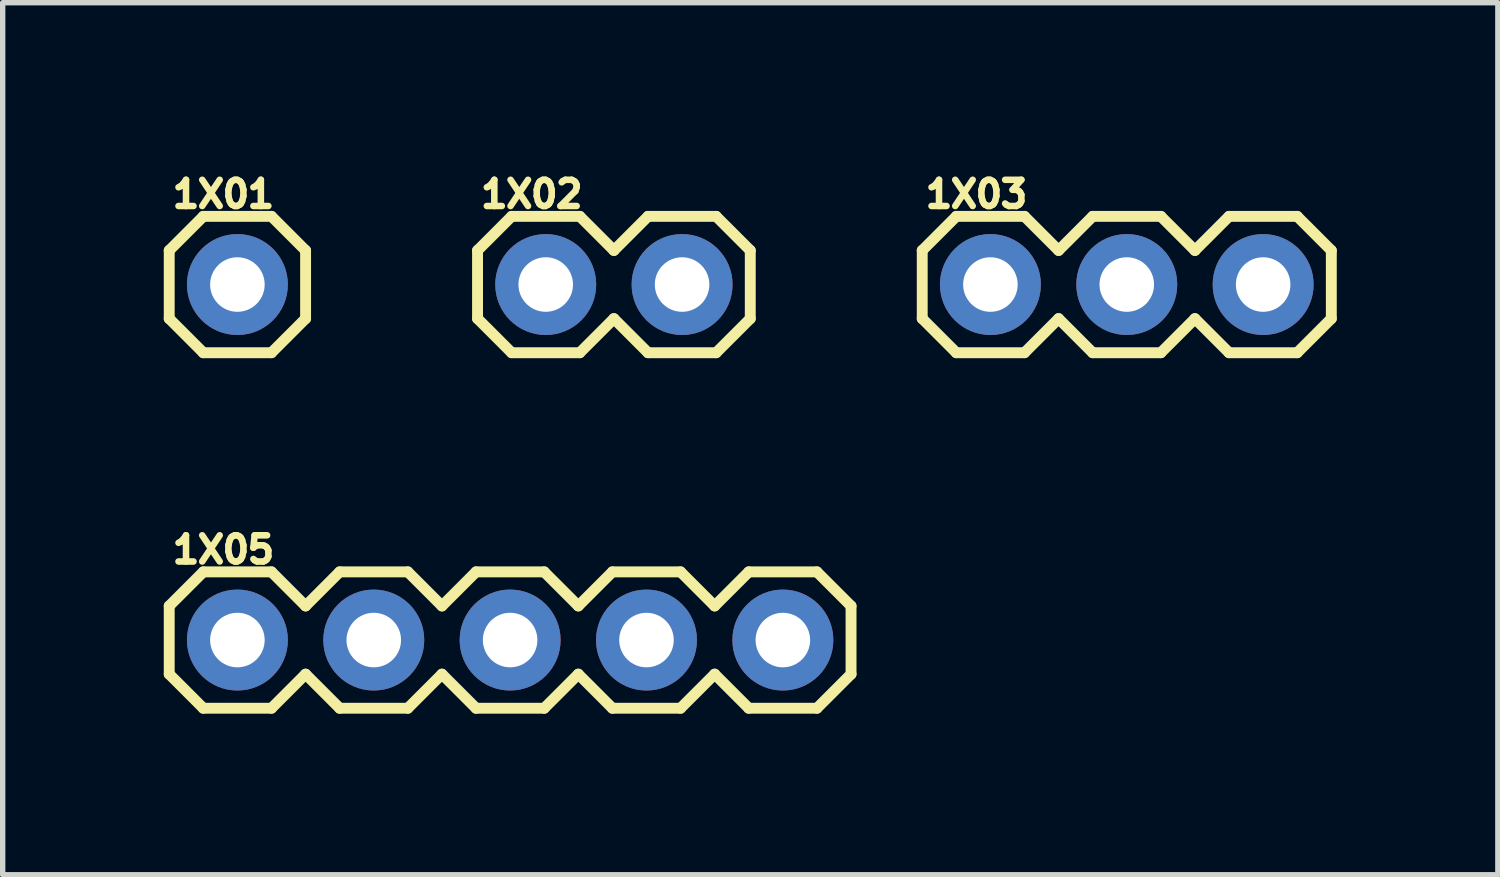
<source format=kicad_pcb>
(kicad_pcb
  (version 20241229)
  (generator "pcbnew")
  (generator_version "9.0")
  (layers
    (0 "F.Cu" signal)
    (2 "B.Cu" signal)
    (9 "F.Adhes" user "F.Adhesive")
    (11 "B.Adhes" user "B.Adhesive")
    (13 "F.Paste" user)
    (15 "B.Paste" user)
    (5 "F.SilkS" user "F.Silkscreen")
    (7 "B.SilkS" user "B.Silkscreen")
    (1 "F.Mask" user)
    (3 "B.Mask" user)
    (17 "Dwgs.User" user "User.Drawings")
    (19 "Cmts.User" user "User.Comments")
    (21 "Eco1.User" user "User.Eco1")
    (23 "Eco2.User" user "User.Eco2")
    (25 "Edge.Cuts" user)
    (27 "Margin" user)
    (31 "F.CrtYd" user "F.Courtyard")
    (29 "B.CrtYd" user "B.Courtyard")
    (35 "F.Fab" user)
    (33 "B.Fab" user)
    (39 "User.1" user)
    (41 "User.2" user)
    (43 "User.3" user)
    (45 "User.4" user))
  (footprint "1X01"
    (layer "F.Cu")
    (at 1.372 2.25)
    (property "Reference" "1X01" (at -1.27 -1.397 0) (layer "F.SilkS") (effects (font (size 0.488 0.488) (thickness 0.122)) (justify left bottom)))
    (fp_line (start -1.27 -0.635) (end -1.27 0.635) (stroke (width 0.203) (type solid)) (layer "F.SilkS"))
    (fp_line (start -1.27 0.635) (end -0.635 1.27) (stroke (width 0.203) (type solid)) (layer "F.SilkS"))
    (fp_line (start -0.635 -1.27) (end -1.27 -0.635) (stroke (width 0.203) (type solid)) (layer "F.SilkS"))
    (fp_line (start -0.635 1.27) (end 0.635 1.27) (stroke (width 0.203) (type solid)) (layer "F.SilkS"))
    (fp_line (start 0.635 -1.27) (end -0.635 -1.27) (stroke (width 0.203) (type solid)) (layer "F.SilkS"))
    (fp_line (start 0.635 1.27) (end 1.27 0.635) (stroke (width 0.203) (type solid)) (layer "F.SilkS"))
    (fp_line (start 1.27 -0.635) (end 0.635 -1.27) (stroke (width 0.203) (type solid)) (layer "F.SilkS"))
    (fp_line (start 1.27 0.635) (end 1.27 -0.635) (stroke (width 0.203) (type solid)) (layer "F.SilkS"))
    (fp_poly (pts (xy -0.254 0.254) (xy 0.254 0.254) (xy 0.254 -0.254) (xy -0.254 -0.254)) (stroke (width 0.1) (type solid)) (fill no) (layer "F.Fab"))
    (pad "1" thru_hole circle (at 0 0 90) (size 1.88 1.88) (drill 1.016) (layers "*.Cu" "*.Mask")))
  (footprint "1X03"
    (layer "F.Cu")
    (at 15.398 2.25)
    (property "Reference" "1X03" (at -1.27 -1.397 0) (layer "F.SilkS") (effects (font (size 0.488 0.488) (thickness 0.122)) (justify left bottom)))
    (fp_line (start -1.27 -0.635) (end -1.27 0.635) (stroke (width 0.203) (type solid)) (layer "F.SilkS"))
    (fp_line (start -1.27 0.635) (end -0.635 1.27) (stroke (width 0.203) (type solid)) (layer "F.SilkS"))
    (fp_line (start -0.635 -1.27) (end -1.27 -0.635) (stroke (width 0.203) (type solid)) (layer "F.SilkS"))
    (fp_line (start -0.635 -1.27) (end 0.635 -1.27) (stroke (width 0.203) (type solid)) (layer "F.SilkS"))
    (fp_line (start 0.635 -1.27) (end 1.27 -0.635) (stroke (width 0.203) (type solid)) (layer "F.SilkS"))
    (fp_line (start 0.635 1.27) (end -0.635 1.27) (stroke (width 0.203) (type solid)) (layer "F.SilkS"))
    (fp_line (start 1.27 -0.635) (end 1.905 -1.27) (stroke (width 0.203) (type solid)) (layer "F.SilkS"))
    (fp_line (start 1.27 0.635) (end 0.635 1.27) (stroke (width 0.203) (type solid)) (layer "F.SilkS"))
    (fp_line (start 1.905 -1.27) (end 3.175 -1.27) (stroke (width 0.203) (type solid)) (layer "F.SilkS"))
    (fp_line (start 1.905 1.27) (end 1.27 0.635) (stroke (width 0.203) (type solid)) (layer "F.SilkS"))
    (fp_line (start 3.175 -1.27) (end 3.81 -0.635) (stroke (width 0.203) (type solid)) (layer "F.SilkS"))
    (fp_line (start 3.175 1.27) (end 1.905 1.27) (stroke (width 0.203) (type solid)) (layer "F.SilkS"))
    (fp_line (start 3.81 -0.635) (end 4.445 -1.27) (stroke (width 0.203) (type solid)) (layer "F.SilkS"))
    (fp_line (start 3.81 0.635) (end 3.175 1.27) (stroke (width 0.203) (type solid)) (layer "F.SilkS"))
    (fp_line (start 4.445 -1.27) (end 5.715 -1.27) (stroke (width 0.203) (type solid)) (layer "F.SilkS"))
    (fp_line (start 4.445 1.27) (end 3.81 0.635) (stroke (width 0.203) (type solid)) (layer "F.SilkS"))
    (fp_line (start 5.715 -1.27) (end 6.35 -0.635) (stroke (width 0.203) (type solid)) (layer "F.SilkS"))
    (fp_line (start 5.715 1.27) (end 4.445 1.27) (stroke (width 0.203) (type solid)) (layer "F.SilkS"))
    (fp_line (start 6.35 -0.635) (end 6.35 0.635) (stroke (width 0.203) (type solid)) (layer "F.SilkS"))
    (fp_line (start 6.35 0.635) (end 5.715 1.27) (stroke (width 0.203) (type solid)) (layer "F.SilkS"))
    (fp_poly (pts (xy -0.254 0.254) (xy 0.254 0.254) (xy 0.254 -0.254) (xy -0.254 -0.254)) (stroke (width 0.1) (type solid)) (fill no) (layer "F.Fab"))
    (fp_poly (pts (xy 2.286 0.254) (xy 2.794 0.254) (xy 2.794 -0.254) (xy 2.286 -0.254)) (stroke (width 0.1) (type solid)) (fill no) (layer "F.Fab"))
    (fp_poly (pts (xy 4.826 0.254) (xy 5.334 0.254) (xy 5.334 -0.254) (xy 4.826 -0.254)) (stroke (width 0.1) (type solid)) (fill no) (layer "F.Fab"))
    (pad "1" thru_hole circle (at 0 0 90) (size 1.88 1.88) (drill 1.016) (layers "*.Cu" "*.Mask"))
    (pad "2" thru_hole circle (at 2.54 0 90) (size 1.88 1.88) (drill 1.016) (layers "*.Cu" "*.Mask"))
    (pad "3" thru_hole circle (at 5.08 0 90) (size 1.88 1.88) (drill 1.016) (layers "*.Cu" "*.Mask")))
  (footprint "1X05"
    (layer "F.Cu")
    (at 1.372 8.872)
    (property "Reference" "1X05" (at -1.27 -1.397 0) (layer "F.SilkS") (effects (font (size 0.488 0.488) (thickness 0.122)) (justify left bottom)))
    (fp_line (start -1.27 -0.635) (end -1.27 0.635) (stroke (width 0.203) (type solid)) (layer "F.SilkS"))
    (fp_line (start -1.27 0.635) (end -0.635 1.27) (stroke (width 0.203) (type solid)) (layer "F.SilkS"))
    (fp_line (start -0.635 -1.27) (end -1.27 -0.635) (stroke (width 0.203) (type solid)) (layer "F.SilkS"))
    (fp_line (start -0.635 -1.27) (end 0.635 -1.27) (stroke (width 0.203) (type solid)) (layer "F.SilkS"))
    (fp_line (start 0.635 -1.27) (end 1.27 -0.635) (stroke (width 0.203) (type solid)) (layer "F.SilkS"))
    (fp_line (start 0.635 1.27) (end -0.635 1.27) (stroke (width 0.203) (type solid)) (layer "F.SilkS"))
    (fp_line (start 1.27 -0.635) (end 1.905 -1.27) (stroke (width 0.203) (type solid)) (layer "F.SilkS"))
    (fp_line (start 1.27 0.635) (end 0.635 1.27) (stroke (width 0.203) (type solid)) (layer "F.SilkS"))
    (fp_line (start 1.905 -1.27) (end 3.175 -1.27) (stroke (width 0.203) (type solid)) (layer "F.SilkS"))
    (fp_line (start 1.905 1.27) (end 1.27 0.635) (stroke (width 0.203) (type solid)) (layer "F.SilkS"))
    (fp_line (start 3.175 -1.27) (end 3.81 -0.635) (stroke (width 0.203) (type solid)) (layer "F.SilkS"))
    (fp_line (start 3.175 1.27) (end 1.905 1.27) (stroke (width 0.203) (type solid)) (layer "F.SilkS"))
    (fp_line (start 3.81 -0.635) (end 4.445 -1.27) (stroke (width 0.203) (type solid)) (layer "F.SilkS"))
    (fp_line (start 3.81 0.635) (end 3.175 1.27) (stroke (width 0.203) (type solid)) (layer "F.SilkS"))
    (fp_line (start 4.445 -1.27) (end 5.715 -1.27) (stroke (width 0.203) (type solid)) (layer "F.SilkS"))
    (fp_line (start 4.445 1.27) (end 3.81 0.635) (stroke (width 0.203) (type solid)) (layer "F.SilkS"))
    (fp_line (start 5.715 -1.27) (end 6.35 -0.635) (stroke (width 0.203) (type solid)) (layer "F.SilkS"))
    (fp_line (start 5.715 1.27) (end 4.445 1.27) (stroke (width 0.203) (type solid)) (layer "F.SilkS"))
    (fp_line (start 6.35 0.635) (end 5.715 1.27) (stroke (width 0.203) (type solid)) (layer "F.SilkS"))
    (fp_line (start 6.35 0.635) (end 6.985 1.27) (stroke (width 0.203) (type solid)) (layer "F.SilkS"))
    (fp_line (start 6.985 -1.27) (end 6.35 -0.635) (stroke (width 0.203) (type solid)) (layer "F.SilkS"))
    (fp_line (start 6.985 -1.27) (end 8.255 -1.27) (stroke (width 0.203) (type solid)) (layer "F.SilkS"))
    (fp_line (start 8.255 -1.27) (end 8.89 -0.635) (stroke (width 0.203) (type solid)) (layer "F.SilkS"))
    (fp_line (start 8.255 1.27) (end 6.985 1.27) (stroke (width 0.203) (type solid)) (layer "F.SilkS"))
    (fp_line (start 8.89 -0.635) (end 9.525 -1.27) (stroke (width 0.203) (type solid)) (layer "F.SilkS"))
    (fp_line (start 8.89 0.635) (end 8.255 1.27) (stroke (width 0.203) (type solid)) (layer "F.SilkS"))
    (fp_line (start 9.525 -1.27) (end 10.795 -1.27) (stroke (width 0.203) (type solid)) (layer "F.SilkS"))
    (fp_line (start 9.525 1.27) (end 8.89 0.635) (stroke (width 0.203) (type solid)) (layer "F.SilkS"))
    (fp_line (start 10.795 -1.27) (end 11.43 -0.635) (stroke (width 0.203) (type solid)) (layer "F.SilkS"))
    (fp_line (start 10.795 1.27) (end 9.525 1.27) (stroke (width 0.203) (type solid)) (layer "F.SilkS"))
    (fp_line (start 11.43 -0.635) (end 11.43 0.635) (stroke (width 0.203) (type solid)) (layer "F.SilkS"))
    (fp_line (start 11.43 0.635) (end 10.795 1.27) (stroke (width 0.203) (type solid)) (layer "F.SilkS"))
    (fp_poly (pts (xy -0.254 0.254) (xy 0.254 0.254) (xy 0.254 -0.254) (xy -0.254 -0.254)) (stroke (width 0.1) (type solid)) (fill no) (layer "F.Fab"))
    (fp_poly (pts (xy 2.286 0.254) (xy 2.794 0.254) (xy 2.794 -0.254) (xy 2.286 -0.254)) (stroke (width 0.1) (type solid)) (fill no) (layer "F.Fab"))
    (fp_poly (pts (xy 4.826 0.254) (xy 5.334 0.254) (xy 5.334 -0.254) (xy 4.826 -0.254)) (stroke (width 0.1) (type solid)) (fill no) (layer "F.Fab"))
    (fp_poly (pts (xy 7.366 0.254) (xy 7.874 0.254) (xy 7.874 -0.254) (xy 7.366 -0.254)) (stroke (width 0.1) (type solid)) (fill no) (layer "F.Fab"))
    (fp_poly (pts (xy 9.906 0.254) (xy 10.414 0.254) (xy 10.414 -0.254) (xy 9.906 -0.254)) (stroke (width 0.1) (type solid)) (fill no) (layer "F.Fab"))
    (pad "1" thru_hole circle (at 0 0 90) (size 1.88 1.88) (drill 1.016) (layers "*.Cu" "*.Mask"))
    (pad "2" thru_hole circle (at 2.54 0 90) (size 1.88 1.88) (drill 1.016) (layers "*.Cu" "*.Mask"))
    (pad "3" thru_hole circle (at 5.08 0 90) (size 1.88 1.88) (drill 1.016) (layers "*.Cu" "*.Mask"))
    (pad "4" thru_hole circle (at 7.62 0 90) (size 1.88 1.88) (drill 1.016) (layers "*.Cu" "*.Mask"))
    (pad "5" thru_hole circle (at 10.16 0 90) (size 1.88 1.88) (drill 1.016) (layers "*.Cu" "*.Mask")))
  (footprint "1X02"
    (layer "F.Cu")
    (at 7.115 2.25)
    (property "Reference" "1X02" (at -1.27 -1.397 0) (layer "F.SilkS") (effects (font (size 0.488 0.488) (thickness 0.122)) (justify left bottom)))
    (fp_line (start -1.27 -0.635) (end -1.27 0.635) (stroke (width 0.203) (type solid)) (layer "F.SilkS"))
    (fp_line (start -1.27 0.635) (end -0.635 1.27) (stroke (width 0.203) (type solid)) (layer "F.SilkS"))
    (fp_line (start -0.635 -1.27) (end -1.27 -0.635) (stroke (width 0.203) (type solid)) (layer "F.SilkS"))
    (fp_line (start -0.635 -1.27) (end 0.635 -1.27) (stroke (width 0.203) (type solid)) (layer "F.SilkS"))
    (fp_line (start 0.635 -1.27) (end 1.27 -0.635) (stroke (width 0.203) (type solid)) (layer "F.SilkS"))
    (fp_line (start 0.635 1.27) (end -0.635 1.27) (stroke (width 0.203) (type solid)) (layer "F.SilkS"))
    (fp_line (start 1.27 -0.635) (end 1.905 -1.27) (stroke (width 0.203) (type solid)) (layer "F.SilkS"))
    (fp_line (start 1.27 0.635) (end 0.635 1.27) (stroke (width 0.203) (type solid)) (layer "F.SilkS"))
    (fp_line (start 1.905 -1.27) (end 3.175 -1.27) (stroke (width 0.203) (type solid)) (layer "F.SilkS"))
    (fp_line (start 1.905 1.27) (end 1.27 0.635) (stroke (width 0.203) (type solid)) (layer "F.SilkS"))
    (fp_line (start 3.175 -1.27) (end 3.81 -0.635) (stroke (width 0.203) (type solid)) (layer "F.SilkS"))
    (fp_line (start 3.175 1.27) (end 1.905 1.27) (stroke (width 0.203) (type solid)) (layer "F.SilkS"))
    (fp_line (start 3.81 -0.635) (end 3.81 0.635) (stroke (width 0.203) (type solid)) (layer "F.SilkS"))
    (fp_line (start 3.81 0.635) (end 3.175 1.27) (stroke (width 0.203) (type solid)) (layer "F.SilkS"))
    (fp_poly (pts (xy -0.254 0.254) (xy 0.254 0.254) (xy 0.254 -0.254) (xy -0.254 -0.254)) (stroke (width 0.1) (type solid)) (fill no) (layer "F.Fab"))
    (fp_poly (pts (xy 2.286 0.254) (xy 2.794 0.254) (xy 2.794 -0.254) (xy 2.286 -0.254)) (stroke (width 0.1) (type solid)) (fill no) (layer "F.Fab"))
    (pad "1" thru_hole circle (at 0 0 90) (size 1.88 1.88) (drill 1.016) (layers "*.Cu" "*.Mask"))
    (pad "2" thru_hole circle (at 2.54 0 90) (size 1.88 1.88) (drill 1.016) (layers "*.Cu" "*.Mask")))
  (gr_rect
    (start -3 -3)
    (end 24.85 13.244)
    (stroke (width 0.1) (type default))
    (fill no)
    (layer "Edge.Cuts")))
</source>
